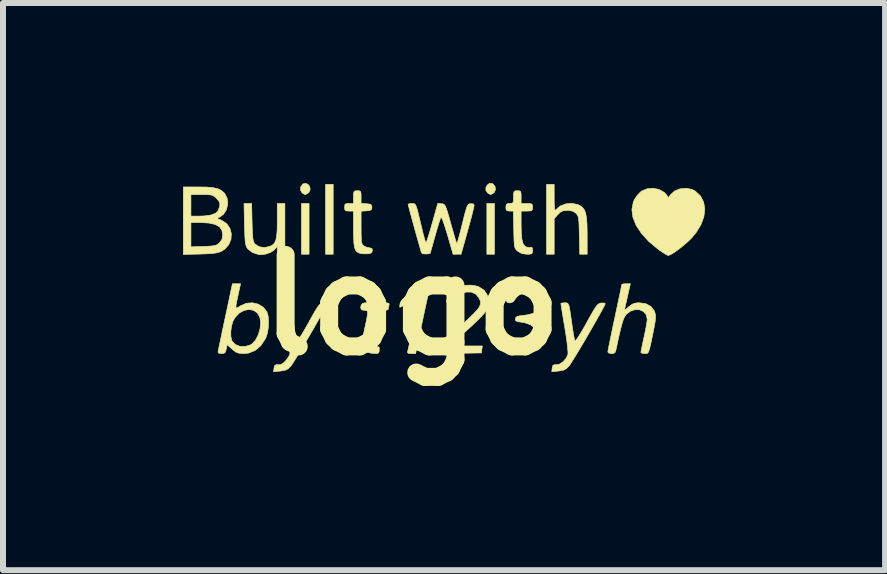
<source format=kicad_pcb>
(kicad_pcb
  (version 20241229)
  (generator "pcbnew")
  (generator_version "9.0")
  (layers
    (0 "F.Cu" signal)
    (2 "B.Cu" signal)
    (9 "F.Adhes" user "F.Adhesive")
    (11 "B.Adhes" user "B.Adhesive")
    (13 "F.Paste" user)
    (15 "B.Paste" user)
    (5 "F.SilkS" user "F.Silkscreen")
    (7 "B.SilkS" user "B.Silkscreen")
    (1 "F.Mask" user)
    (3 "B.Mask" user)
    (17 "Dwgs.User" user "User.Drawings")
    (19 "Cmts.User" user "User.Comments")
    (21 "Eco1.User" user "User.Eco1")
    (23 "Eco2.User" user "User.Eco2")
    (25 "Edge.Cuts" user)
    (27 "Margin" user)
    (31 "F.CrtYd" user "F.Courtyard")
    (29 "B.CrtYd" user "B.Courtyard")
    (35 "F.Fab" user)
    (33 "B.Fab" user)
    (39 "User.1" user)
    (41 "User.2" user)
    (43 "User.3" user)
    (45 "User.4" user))
  (footprint "logo"
    (layer "F.Cu")
    (at 3.815 2.034)
    (property "Reference" "logo" (at 0 0 0) (layer "F.SilkS") (effects (font (size 1.524 1.524) (thickness 0.3))))
    (attr through_hole)
    (fp_poly (pts (xy -1.714 -0.847) (xy -1.841 -0.847) (xy -1.841 -1.693) (xy -1.714 -1.693) (xy -1.714 -0.847)) (stroke (width 0.01) (type solid)) (fill yes) (layer "F.SilkS"))
    (fp_poly (pts (xy -1.312 -0.847) (xy -1.439 -0.847) (xy -1.439 -2.011) (xy -1.312 -2.011) (xy -1.312 -0.847)) (stroke (width 0.01) (type solid)) (fill yes) (layer "F.SilkS"))
    (fp_poly (pts (xy 1.376 -0.847) (xy 1.249 -0.847) (xy 1.249 -1.693) (xy 1.376 -1.693) (xy 1.376 -0.847)) (stroke (width 0.01) (type solid)) (fill yes) (layer "F.SilkS"))
    (fp_poly (pts (xy -1.729 -2.009) (xy -1.702 -1.969) (xy -1.696 -1.922) (xy -1.716 -1.879) (xy -1.727 -1.869) (xy -1.763 -1.847) (xy -1.778 -1.841) (xy -1.804 -1.853) (xy -1.829 -1.869) (xy -1.856 -1.912) (xy -1.855 -1.965) (xy -1.825 -2.012) (xy -1.815 -2.019) (xy -1.769 -2.029) (xy -1.729 -2.009)) (stroke (width 0.01) (type solid)) (fill yes) (layer "F.SilkS"))
    (fp_poly (pts (xy 1.337 -2.026) (xy 1.349 -2.019) (xy 1.385 -1.977) (xy 1.393 -1.924) (xy 1.372 -1.877) (xy 1.363 -1.869) (xy 1.328 -1.847) (xy 1.312 -1.841) (xy 1.287 -1.853) (xy 1.261 -1.869) (xy 1.233 -1.91) (xy 1.233 -1.957) (xy 1.255 -2) (xy 1.291 -2.027) (xy 1.337 -2.026)) (stroke (width 0.01) (type solid)) (fill yes) (layer "F.SilkS"))
    (fp_poly (pts (xy 2.371 -1.783) (xy 2.372 -1.682) (xy 2.376 -1.619) (xy 2.382 -1.587) (xy 2.391 -1.582) (xy 2.398 -1.588) (xy 2.472 -1.651) (xy 2.568 -1.687) (xy 2.672 -1.695) (xy 2.773 -1.672) (xy 2.792 -1.663) (xy 2.837 -1.633) (xy 2.871 -1.592) (xy 2.895 -1.535) (xy 2.91 -1.455) (xy 2.918 -1.346) (xy 2.921 -1.202) (xy 2.921 -1.166) (xy 2.921 -0.847) (xy 2.797 -0.847) (xy 2.79 -1.164) (xy 2.787 -1.287) (xy 2.784 -1.375) (xy 2.778 -1.435) (xy 2.77 -1.475) (xy 2.757 -1.502) (xy 2.74 -1.524) (xy 2.735 -1.529) (xy 2.685 -1.563) (xy 2.618 -1.576) (xy 2.591 -1.577) (xy 2.523 -1.572) (xy 2.476 -1.55) (xy 2.432 -1.508) (xy 2.371 -1.439) (xy 2.371 -0.847) (xy 2.244 -0.847) (xy 2.244 -2.011) (xy 2.371 -2.011) (xy 2.371 -1.783)) (stroke (width 0.01) (type solid)) (fill yes) (layer "F.SilkS"))
    (fp_poly (pts (xy 4.667 -1.928) (xy 4.721 -1.9) (xy 4.809 -1.818) (xy 4.862 -1.716) (xy 4.881 -1.6) (xy 4.866 -1.473) (xy 4.818 -1.341) (xy 4.736 -1.207) (xy 4.66 -1.116) (xy 4.597 -1.055) (xy 4.522 -0.99) (xy 4.444 -0.928) (xy 4.371 -0.876) (xy 4.311 -0.84) (xy 4.274 -0.826) (xy 4.273 -0.826) (xy 4.243 -0.838) (xy 4.19 -0.87) (xy 4.124 -0.915) (xy 4.106 -0.928) (xy 3.949 -1.058) (xy 3.826 -1.193) (xy 3.736 -1.329) (xy 3.683 -1.463) (xy 3.666 -1.591) (xy 3.689 -1.713) (xy 3.708 -1.757) (xy 3.753 -1.825) (xy 3.808 -1.883) (xy 3.829 -1.9) (xy 3.92 -1.938) (xy 4.022 -1.947) (xy 4.12 -1.926) (xy 4.204 -1.879) (xy 4.243 -1.837) (xy 4.276 -1.79) (xy 4.309 -1.837) (xy 4.377 -1.9) (xy 4.467 -1.937) (xy 4.568 -1.947) (xy 4.667 -1.928)) (stroke (width 0.01) (type solid)) (fill yes) (layer "F.SilkS"))
    (fp_poly (pts (xy -2.664 -1.378) (xy -2.66 -1.253) (xy -2.656 -1.162) (xy -2.649 -1.1) (xy -2.64 -1.059) (xy -2.627 -1.032) (xy -2.617 -1.019) (xy -2.549 -0.973) (xy -2.461 -0.959) (xy -2.381 -0.974) (xy -2.331 -0.995) (xy -2.295 -1.027) (xy -2.27 -1.075) (xy -2.255 -1.144) (xy -2.246 -1.243) (xy -2.244 -1.376) (xy -2.244 -1.407) (xy -2.244 -1.693) (xy -2.117 -1.693) (xy -2.117 -0.847) (xy -2.18 -0.847) (xy -2.225 -0.852) (xy -2.242 -0.876) (xy -2.244 -0.911) (xy -2.244 -0.976) (xy -2.291 -0.922) (xy -2.35 -0.88) (xy -2.432 -0.85) (xy -2.516 -0.839) (xy -2.551 -0.841) (xy -2.657 -0.875) (xy -2.732 -0.932) (xy -2.745 -0.949) (xy -2.76 -0.977) (xy -2.771 -1.015) (xy -2.779 -1.071) (xy -2.784 -1.15) (xy -2.788 -1.26) (xy -2.791 -1.349) (xy -2.798 -1.693) (xy -2.671 -1.693) (xy -2.664 -1.378)) (stroke (width 0.01) (type solid)) (fill yes) (layer "F.SilkS"))
    (fp_poly (pts (xy 0.284 -0.308) (xy 0.298 -0.29) (xy 0.297 -0.287) (xy 0.29 -0.26) (xy 0.275 -0.197) (xy 0.255 -0.104) (xy 0.23 0.012) (xy 0.201 0.147) (xy 0.174 0.274) (xy 0.062 0.809) (xy -0.01 0.809) (xy -0.058 0.805) (xy -0.074 0.789) (xy -0.071 0.772) (xy -0.059 0.723) (xy -0.042 0.646) (xy -0.021 0.547) (xy 0.003 0.435) (xy 0.027 0.316) (xy 0.051 0.198) (xy 0.072 0.088) (xy 0.09 -0.006) (xy 0.102 -0.076) (xy 0.108 -0.116) (xy 0.108 -0.122) (xy 0.088 -0.121) (xy 0.042 -0.1) (xy -0.022 -0.064) (xy -0.046 -0.048) (xy -0.115 -0.007) (xy -0.169 0.023) (xy -0.199 0.037) (xy -0.202 0.037) (xy -0.203 0.013) (xy -0.196 -0.034) (xy -0.196 -0.035) (xy -0.169 -0.082) (xy -0.113 -0.137) (xy -0.037 -0.194) (xy 0.048 -0.246) (xy 0.131 -0.287) (xy 0.204 -0.31) (xy 0.231 -0.313) (xy 0.284 -0.308)) (stroke (width 0.01) (type solid)) (fill yes) (layer "F.SilkS"))
    (fp_poly (pts (xy -0.872 -1.903) (xy -0.854 -1.888) (xy -0.847 -1.851) (xy -0.847 -1.8) (xy -0.847 -1.696) (xy -0.757 -1.689) (xy -0.7 -1.682) (xy -0.674 -1.667) (xy -0.667 -1.637) (xy -0.667 -1.63) (xy -0.672 -1.596) (xy -0.694 -1.579) (xy -0.745 -1.571) (xy -0.757 -1.57) (xy -0.847 -1.564) (xy -0.847 -1.291) (xy -0.846 -1.179) (xy -0.844 -1.101) (xy -0.839 -1.05) (xy -0.83 -1.019) (xy -0.816 -0.999) (xy -0.8 -0.985) (xy -0.745 -0.96) (xy -0.703 -0.953) (xy -0.666 -0.944) (xy -0.659 -0.912) (xy -0.66 -0.905) (xy -0.672 -0.873) (xy -0.704 -0.858) (xy -0.751 -0.853) (xy -0.819 -0.855) (xy -0.875 -0.865) (xy -0.882 -0.867) (xy -0.916 -0.887) (xy -0.941 -0.917) (xy -0.957 -0.963) (xy -0.967 -1.033) (xy -0.972 -1.133) (xy -0.974 -1.269) (xy -0.974 -1.566) (xy -1.048 -1.566) (xy -1.098 -1.57) (xy -1.118 -1.588) (xy -1.122 -1.63) (xy -1.118 -1.672) (xy -1.097 -1.69) (xy -1.048 -1.693) (xy -0.974 -1.693) (xy -0.974 -1.799) (xy -0.972 -1.862) (xy -0.964 -1.893) (xy -0.942 -1.904) (xy -0.91 -1.905) (xy -0.872 -1.903)) (stroke (width 0.01) (type solid)) (fill yes) (layer "F.SilkS"))
    (fp_poly (pts (xy 1.794 -1.903) (xy 1.813 -1.888) (xy 1.82 -1.851) (xy 1.82 -1.799) (xy 1.82 -1.693) (xy 1.916 -1.693) (xy 1.974 -1.691) (xy 2.002 -1.681) (xy 2.01 -1.654) (xy 2.011 -1.63) (xy 2.008 -1.591) (xy 1.992 -1.572) (xy 1.952 -1.567) (xy 1.916 -1.566) (xy 1.82 -1.566) (xy 1.82 -1.337) (xy 1.823 -1.199) (xy 1.833 -1.098) (xy 1.85 -1.029) (xy 1.877 -0.987) (xy 1.914 -0.965) (xy 1.918 -0.964) (xy 1.965 -0.959) (xy 1.991 -0.964) (xy 2.005 -0.955) (xy 2.011 -0.915) (xy 2.011 -0.911) (xy 2.008 -0.871) (xy 1.992 -0.853) (xy 1.952 -0.847) (xy 1.917 -0.847) (xy 1.834 -0.857) (xy 1.769 -0.893) (xy 1.763 -0.898) (xy 1.74 -0.919) (xy 1.724 -0.94) (xy 1.713 -0.969) (xy 1.706 -1.014) (xy 1.702 -1.082) (xy 1.699 -1.18) (xy 1.697 -1.258) (xy 1.69 -1.566) (xy 1.628 -1.566) (xy 1.584 -1.572) (xy 1.568 -1.597) (xy 1.566 -1.63) (xy 1.572 -1.675) (xy 1.596 -1.691) (xy 1.63 -1.693) (xy 1.667 -1.696) (xy 1.686 -1.71) (xy 1.693 -1.747) (xy 1.693 -1.799) (xy 1.695 -1.862) (xy 1.703 -1.893) (xy 1.725 -1.904) (xy 1.757 -1.905) (xy 1.794 -1.903)) (stroke (width 0.01) (type solid)) (fill yes) (layer "F.SilkS"))
    (fp_poly (pts (xy 1.09 -0.314) (xy 1.114 -0.305) (xy 1.203 -0.248) (xy 1.257 -0.167) (xy 1.276 -0.063) (xy 1.276 -0.062) (xy 1.275 -0.019) (xy 1.269 0.02) (xy 1.257 0.058) (xy 1.234 0.099) (xy 1.198 0.146) (xy 1.146 0.203) (xy 1.074 0.274) (xy 0.98 0.363) (xy 0.86 0.472) (xy 0.715 0.604) (xy 0.63 0.681) (xy 1.173 0.682) (xy 1.166 0.74) (xy 1.159 0.798) (xy 0.781 0.804) (xy 0.403 0.81) (xy 0.417 0.751) (xy 0.441 0.695) (xy 0.468 0.659) (xy 0.494 0.634) (xy 0.547 0.587) (xy 0.62 0.522) (xy 0.707 0.444) (xy 0.796 0.364) (xy 0.893 0.276) (xy 0.981 0.192) (xy 1.052 0.119) (xy 1.102 0.063) (xy 1.123 0.033) (xy 1.143 -0.018) (xy 1.143 -0.058) (xy 1.122 -0.11) (xy 1.122 -0.111) (xy 1.068 -0.18) (xy 0.993 -0.216) (xy 0.906 -0.217) (xy 0.839 -0.194) (xy 0.767 -0.143) (xy 0.726 -0.086) (xy 0.693 -0.036) (xy 0.651 -0.018) (xy 0.636 -0.017) (xy 0.593 -0.024) (xy 0.578 -0.052) (xy 0.577 -0.069) (xy 0.594 -0.123) (xy 0.637 -0.187) (xy 0.696 -0.248) (xy 0.76 -0.295) (xy 0.783 -0.306) (xy 0.878 -0.329) (xy 0.988 -0.332) (xy 1.09 -0.314)) (stroke (width 0.01) (type solid)) (fill yes) (layer "F.SilkS"))
    (fp_poly (pts (xy -2.896 -0.171) (xy -2.918 -0.067) (xy -2.931 0.000428) (xy -2.932 0.037) (xy -2.921 0.048) (xy -2.897 0.039) (xy -2.859 0.014) (xy -2.762 -0.029) (xy -2.659 -0.038) (xy -2.56 -0.015) (xy -2.475 0.038) (xy -2.416 0.113) (xy -2.396 0.184) (xy -2.389 0.279) (xy -2.394 0.383) (xy -2.412 0.482) (xy -2.438 0.555) (xy -2.517 0.675) (xy -2.612 0.757) (xy -2.724 0.801) (xy -2.808 0.809) (xy -2.879 0.804) (xy -2.931 0.786) (xy -2.986 0.744) (xy -2.997 0.734) (xy -3.08 0.66) (xy -3.094 0.734) (xy -3.108 0.785) (xy -3.133 0.805) (xy -3.173 0.809) (xy -3.217 0.804) (xy -3.231 0.785) (xy -3.228 0.761) (xy -3.221 0.728) (xy -3.207 0.659) (xy -3.186 0.562) (xy -3.161 0.441) (xy -3.161 0.441) (xy -3.019 0.441) (xy -3.017 0.528) (xy -3.001 0.595) (xy -2.999 0.598) (xy -2.946 0.656) (xy -2.87 0.687) (xy -2.783 0.691) (xy -2.696 0.666) (xy -2.67 0.651) (xy -2.609 0.589) (xy -2.562 0.5) (xy -2.531 0.396) (xy -2.521 0.292) (xy -2.534 0.205) (xy -2.577 0.131) (xy -2.639 0.088) (xy -2.715 0.074) (xy -2.795 0.089) (xy -2.874 0.131) (xy -2.942 0.2) (xy -2.981 0.267) (xy -3.006 0.348) (xy -3.019 0.441) (xy -3.161 0.441) (xy -3.132 0.304) (xy -3.105 0.179) (xy -2.992 -0.355) (xy -2.856 -0.355) (xy -2.896 -0.171)) (stroke (width 0.01) (type solid)) (fill yes) (layer "F.SilkS"))
    (fp_poly (pts (xy -0.547 -0.246) (xy -0.528 -0.23) (xy -0.528 -0.191) (xy -0.542 -0.121) (xy -0.543 -0.117) (xy -0.561 -0.038) (xy -0.466 -0.038) (xy -0.408 -0.036) (xy -0.382 -0.027) (xy -0.38 -0.005) (xy -0.383 0.01) (xy -0.393 0.054) (xy -0.396 0.073) (xy -0.415 0.083) (xy -0.463 0.088) (xy -0.49 0.089) (xy -0.53 0.089) (xy -0.558 0.092) (xy -0.578 0.105) (xy -0.594 0.135) (xy -0.61 0.187) (xy -0.628 0.269) (xy -0.65 0.374) (xy -0.674 0.5) (xy -0.682 0.59) (xy -0.677 0.648) (xy -0.656 0.678) (xy -0.634 0.685) (xy -0.587 0.689) (xy -0.571 0.69) (xy -0.546 0.703) (xy -0.545 0.708) (xy -0.545 0.769) (xy -0.556 0.798) (xy -0.584 0.807) (xy -0.624 0.807) (xy -0.69 0.8) (xy -0.745 0.785) (xy -0.749 0.784) (xy -0.791 0.756) (xy -0.816 0.717) (xy -0.826 0.659) (xy -0.822 0.578) (xy -0.803 0.466) (xy -0.789 0.398) (xy -0.763 0.279) (xy -0.747 0.196) (xy -0.739 0.141) (xy -0.741 0.109) (xy -0.751 0.094) (xy -0.77 0.089) (xy -0.787 0.089) (xy -0.837 0.08) (xy -0.854 0.048) (xy -0.848 0.008) (xy -0.828 -0.025) (xy -0.785 -0.037) (xy -0.766 -0.038) (xy -0.716 -0.043) (xy -0.693 -0.068) (xy -0.682 -0.107) (xy -0.666 -0.182) (xy -0.65 -0.225) (xy -0.629 -0.244) (xy -0.597 -0.25) (xy -0.585 -0.25) (xy -0.547 -0.246)) (stroke (width 0.01) (type solid)) (fill yes) (layer "F.SilkS"))
    (fp_poly (pts (xy -3.416 -1.966) (xy -3.311 -1.956) (xy -3.233 -1.938) (xy -3.175 -1.909) (xy -3.128 -1.868) (xy -3.115 -1.852) (xy -3.077 -1.773) (xy -3.07 -1.682) (xy -3.091 -1.592) (xy -3.137 -1.516) (xy -3.191 -1.474) (xy -3.248 -1.444) (xy -3.17 -1.411) (xy -3.087 -1.357) (xy -3.034 -1.28) (xy -3.01 -1.191) (xy -3.015 -1.098) (xy -3.05 -1.01) (xy -3.115 -0.935) (xy -3.166 -0.901) (xy -3.209 -0.882) (xy -3.259 -0.869) (xy -3.325 -0.86) (xy -3.417 -0.854) (xy -3.53 -0.85) (xy -3.81 -0.843) (xy -3.81 -0.97) (xy -3.683 -0.97) (xy -3.473 -0.977) (xy -3.374 -0.981) (xy -3.307 -0.988) (xy -3.263 -0.999) (xy -3.231 -1.017) (xy -3.208 -1.036) (xy -3.165 -1.095) (xy -3.154 -1.166) (xy -3.166 -1.244) (xy -3.205 -1.302) (xy -3.275 -1.342) (xy -3.377 -1.366) (xy -3.517 -1.375) (xy -3.54 -1.375) (xy -3.683 -1.376) (xy -3.683 -0.97) (xy -3.81 -0.97) (xy -3.81 -1.841) (xy -3.683 -1.841) (xy -3.683 -1.482) (xy -3.551 -1.482) (xy -3.465 -1.485) (xy -3.384 -1.495) (xy -3.341 -1.503) (xy -3.269 -1.532) (xy -3.227 -1.576) (xy -3.204 -1.647) (xy -3.201 -1.696) (xy -3.221 -1.738) (xy -3.256 -1.777) (xy -3.289 -1.808) (xy -3.321 -1.827) (xy -3.363 -1.837) (xy -3.426 -1.841) (xy -3.501 -1.841) (xy -3.683 -1.841) (xy -3.81 -1.841) (xy -3.81 -1.968) (xy -3.555 -1.968) (xy -3.416 -1.966)) (stroke (width 0.01) (type solid)) (fill yes) (layer "F.SilkS"))
    (fp_poly (pts (xy 2.572 -0.037) (xy 2.592 -0.032) (xy 2.607 -0.015) (xy 2.62 0.02) (xy 2.631 0.077) (xy 2.645 0.164) (xy 2.662 0.286) (xy 2.664 0.301) (xy 2.679 0.404) (xy 2.694 0.493) (xy 2.706 0.559) (xy 2.715 0.593) (xy 2.716 0.594) (xy 2.731 0.588) (xy 2.764 0.545) (xy 2.813 0.467) (xy 2.879 0.354) (xy 2.91 0.298) (xy 2.975 0.18) (xy 3.024 0.095) (xy 3.061 0.036) (xy 3.09 -0.001) (xy 3.114 -0.021) (xy 3.137 -0.031) (xy 3.156 -0.034) (xy 3.202 -0.034) (xy 3.223 -0.025) (xy 3.223 -0.024) (xy 3.213 0.001) (xy 3.184 0.057) (xy 3.14 0.138) (xy 3.084 0.237) (xy 3.02 0.35) (xy 2.951 0.469) (xy 2.881 0.59) (xy 2.812 0.706) (xy 2.748 0.812) (xy 2.693 0.902) (xy 2.65 0.97) (xy 2.623 1.011) (xy 2.619 1.015) (xy 2.573 1.061) (xy 2.524 1.086) (xy 2.455 1.099) (xy 2.443 1.1) (xy 2.331 1.111) (xy 2.338 1.05) (xy 2.349 1.006) (xy 2.376 0.994) (xy 2.403 0.995) (xy 2.461 0.984) (xy 2.521 0.943) (xy 2.572 0.884) (xy 2.6 0.823) (xy 2.601 0.785) (xy 2.595 0.713) (xy 2.584 0.615) (xy 2.567 0.498) (xy 2.548 0.377) (xy 2.527 0.254) (xy 2.509 0.145) (xy 2.495 0.057) (xy 2.486 -0.002) (xy 2.482 -0.026) (xy 2.482 -0.026) (xy 2.501 -0.034) (xy 2.544 -0.038) (xy 2.572 -0.037)) (stroke (width 0.01) (type solid)) (fill yes) (layer "F.SilkS"))
    (fp_poly (pts (xy -2.064 -0.037) (xy -2.044 -0.032) (xy -2.029 -0.015) (xy -2.016 0.02) (xy -2.004 0.077) (xy -1.991 0.164) (xy -1.973 0.286) (xy -1.971 0.301) (xy -1.956 0.404) (xy -1.942 0.493) (xy -1.929 0.559) (xy -1.92 0.593) (xy -1.92 0.594) (xy -1.904 0.588) (xy -1.871 0.545) (xy -1.822 0.467) (xy -1.757 0.354) (xy -1.725 0.298) (xy -1.66 0.18) (xy -1.611 0.095) (xy -1.574 0.036) (xy -1.546 -0.001) (xy -1.522 -0.021) (xy -1.499 -0.031) (xy -1.479 -0.034) (xy -1.433 -0.034) (xy -1.412 -0.025) (xy -1.412 -0.024) (xy -1.423 0.001) (xy -1.452 0.057) (xy -1.496 0.138) (xy -1.551 0.237) (xy -1.615 0.35) (xy -1.684 0.469) (xy -1.755 0.59) (xy -1.824 0.706) (xy -1.887 0.812) (xy -1.942 0.902) (xy -1.985 0.97) (xy -2.013 1.011) (xy -2.016 1.015) (xy -2.063 1.061) (xy -2.111 1.086) (xy -2.18 1.099) (xy -2.192 1.1) (xy -2.305 1.111) (xy -2.298 1.05) (xy -2.287 1.006) (xy -2.26 0.994) (xy -2.232 0.995) (xy -2.181 0.99) (xy -2.13 0.955) (xy -2.11 0.935) (xy -2.067 0.881) (xy -2.038 0.829) (xy -2.034 0.818) (xy -2.034 0.782) (xy -2.04 0.711) (xy -2.052 0.615) (xy -2.068 0.499) (xy -2.088 0.377) (xy -2.108 0.254) (xy -2.126 0.145) (xy -2.14 0.057) (xy -2.15 -0.002) (xy -2.153 -0.026) (xy -2.153 -0.026) (xy -2.135 -0.034) (xy -2.091 -0.038) (xy -2.064 -0.037)) (stroke (width 0.01) (type solid)) (fill yes) (layer "F.SilkS"))
    (fp_poly (pts (xy 3.601 -0.181) (xy 3.582 -0.093) (xy 3.564 -0.017) (xy 3.552 0.036) (xy 3.55 0.045) (xy 3.545 0.073) (xy 3.553 0.079) (xy 3.58 0.058) (xy 3.614 0.029) (xy 3.674 -0.016) (xy 3.734 -0.035) (xy 3.79 -0.038) (xy 3.9 -0.022) (xy 3.984 0.024) (xy 4.039 0.097) (xy 4.048 0.12) (xy 4.058 0.158) (xy 4.06 0.201) (xy 4.056 0.259) (xy 4.043 0.34) (xy 4.02 0.452) (xy 4.018 0.465) (xy 3.992 0.592) (xy 3.972 0.683) (xy 3.956 0.744) (xy 3.943 0.781) (xy 3.929 0.801) (xy 3.912 0.808) (xy 3.889 0.809) (xy 3.878 0.809) (xy 3.834 0.803) (xy 3.816 0.791) (xy 3.82 0.764) (xy 3.832 0.705) (xy 3.849 0.622) (xy 3.869 0.533) (xy 3.89 0.433) (xy 3.907 0.342) (xy 3.918 0.273) (xy 3.922 0.239) (xy 3.905 0.162) (xy 3.86 0.109) (xy 3.796 0.079) (xy 3.722 0.076) (xy 3.646 0.1) (xy 3.576 0.152) (xy 3.556 0.176) (xy 3.532 0.221) (xy 3.506 0.294) (xy 3.478 0.399) (xy 3.445 0.54) (xy 3.414 0.687) (xy 3.399 0.755) (xy 3.384 0.792) (xy 3.361 0.806) (xy 3.327 0.809) (xy 3.28 0.8) (xy 3.265 0.78) (xy 3.27 0.752) (xy 3.282 0.688) (xy 3.301 0.595) (xy 3.325 0.478) (xy 3.353 0.343) (xy 3.382 0.208) (xy 3.413 0.063) (xy 3.441 -0.069) (xy 3.465 -0.181) (xy 3.483 -0.268) (xy 3.495 -0.325) (xy 3.498 -0.345) (xy 3.517 -0.352) (xy 3.562 -0.355) (xy 3.57 -0.355) (xy 3.641 -0.355) (xy 3.601 -0.181)) (stroke (width 0.01) (type solid)) (fill yes) (layer "F.SilkS"))
    (fp_poly (pts (xy 0.495 -1.689) (xy 0.519 -1.686) (xy 0.538 -1.676) (xy 0.554 -1.656) (xy 0.571 -1.617) (xy 0.592 -1.555) (xy 0.619 -1.464) (xy 0.648 -1.357) (xy 0.68 -1.247) (xy 0.707 -1.151) (xy 0.729 -1.077) (xy 0.744 -1.033) (xy 0.748 -1.023) (xy 0.755 -1.04) (xy 0.771 -1.09) (xy 0.793 -1.169) (xy 0.819 -1.27) (xy 0.839 -1.349) (xy 0.869 -1.473) (xy 0.893 -1.562) (xy 0.911 -1.622) (xy 0.927 -1.658) (xy 0.943 -1.678) (xy 0.961 -1.687) (xy 0.979 -1.689) (xy 1.023 -1.687) (xy 1.037 -1.664) (xy 1.037 -1.66) (xy 1.032 -1.629) (xy 1.016 -1.564) (xy 0.993 -1.472) (xy 0.963 -1.362) (xy 0.929 -1.238) (xy 0.928 -1.235) (xy 0.819 -0.847) (xy 0.686 -0.847) (xy 0.594 -1.165) (xy 0.561 -1.272) (xy 0.532 -1.362) (xy 0.508 -1.428) (xy 0.491 -1.463) (xy 0.486 -1.467) (xy 0.475 -1.441) (xy 0.455 -1.383) (xy 0.429 -1.299) (xy 0.399 -1.197) (xy 0.387 -1.154) (xy 0.303 -0.857) (xy 0.236 -0.851) (xy 0.182 -0.854) (xy 0.159 -0.872) (xy 0.149 -0.905) (xy 0.131 -0.969) (xy 0.106 -1.056) (xy 0.077 -1.159) (xy 0.046 -1.27) (xy 0.016 -1.381) (xy -0.013 -1.485) (xy -0.037 -1.574) (xy -0.054 -1.64) (xy -0.063 -1.675) (xy -0.064 -1.679) (xy -0.045 -1.689) (xy -0.001 -1.693) (xy 0.023 -1.693) (xy 0.041 -1.689) (xy 0.056 -1.676) (xy 0.071 -1.648) (xy 0.087 -1.6) (xy 0.106 -1.526) (xy 0.131 -1.422) (xy 0.163 -1.29) (xy 0.186 -1.193) (xy 0.208 -1.114) (xy 0.224 -1.059) (xy 0.234 -1.037) (xy 0.234 -1.037) (xy 0.244 -1.057) (xy 0.262 -1.11) (xy 0.288 -1.19) (xy 0.318 -1.291) (xy 0.339 -1.366) (xy 0.431 -1.695) (xy 0.495 -1.689)) (stroke (width 0.01) (type solid)) (fill yes) (layer "F.SilkS"))
    (fp_poly (pts (xy 2.028 -0.33) (xy 2.097 -0.315) (xy 2.108 -0.311) (xy 2.188 -0.255) (xy 2.25 -0.184) (xy 2.283 -0.112) (xy 2.283 -0.109) (xy 2.28 -0.02) (xy 2.244 0.07) (xy 2.183 0.147) (xy 2.119 0.192) (xy 2.034 0.234) (xy 2.101 0.269) (xy 2.171 0.327) (xy 2.21 0.408) (xy 2.213 0.505) (xy 2.206 0.538) (xy 2.172 0.633) (xy 2.125 0.7) (xy 2.054 0.754) (xy 2.037 0.764) (xy 1.942 0.801) (xy 1.83 0.82) (xy 1.718 0.82) (xy 1.641 0.805) (xy 1.578 0.771) (xy 1.515 0.716) (xy 1.462 0.653) (xy 1.429 0.593) (xy 1.424 0.565) (xy 1.431 0.527) (xy 1.462 0.513) (xy 1.485 0.512) (xy 1.534 0.522) (xy 1.565 0.559) (xy 1.573 0.577) (xy 1.621 0.643) (xy 1.692 0.685) (xy 1.778 0.702) (xy 1.868 0.696) (xy 1.952 0.668) (xy 2.021 0.617) (xy 2.064 0.546) (xy 2.067 0.538) (xy 2.074 0.452) (xy 2.042 0.381) (xy 1.975 0.328) (xy 1.873 0.293) (xy 1.828 0.286) (xy 1.764 0.277) (xy 1.732 0.264) (xy 1.723 0.242) (xy 1.725 0.229) (xy 1.734 0.203) (xy 1.76 0.188) (xy 1.812 0.177) (xy 1.862 0.172) (xy 1.941 0.16) (xy 2.01 0.141) (xy 2.044 0.126) (xy 2.097 0.07) (xy 2.131 -0.004) (xy 2.137 -0.079) (xy 2.135 -0.09) (xy 2.1 -0.153) (xy 2.04 -0.193) (xy 1.963 -0.211) (xy 1.882 -0.207) (xy 1.805 -0.18) (xy 1.743 -0.132) (xy 1.716 -0.09) (xy 1.684 -0.053) (xy 1.641 -0.036) (xy 1.599 -0.039) (xy 1.574 -0.065) (xy 1.572 -0.08) (xy 1.588 -0.127) (xy 1.63 -0.185) (xy 1.686 -0.243) (xy 1.747 -0.29) (xy 1.778 -0.306) (xy 1.851 -0.325) (xy 1.94 -0.333) (xy 2.028 -0.33)) (stroke (width 0.01) (type solid)) (fill yes) (layer "F.SilkS")))
  (gr_rect
    (start -3 -3)
    (end 11.701 6.453)
    (stroke (width 0.1) (type default))
    (fill no)
    (layer "Edge.Cuts")))
</source>
